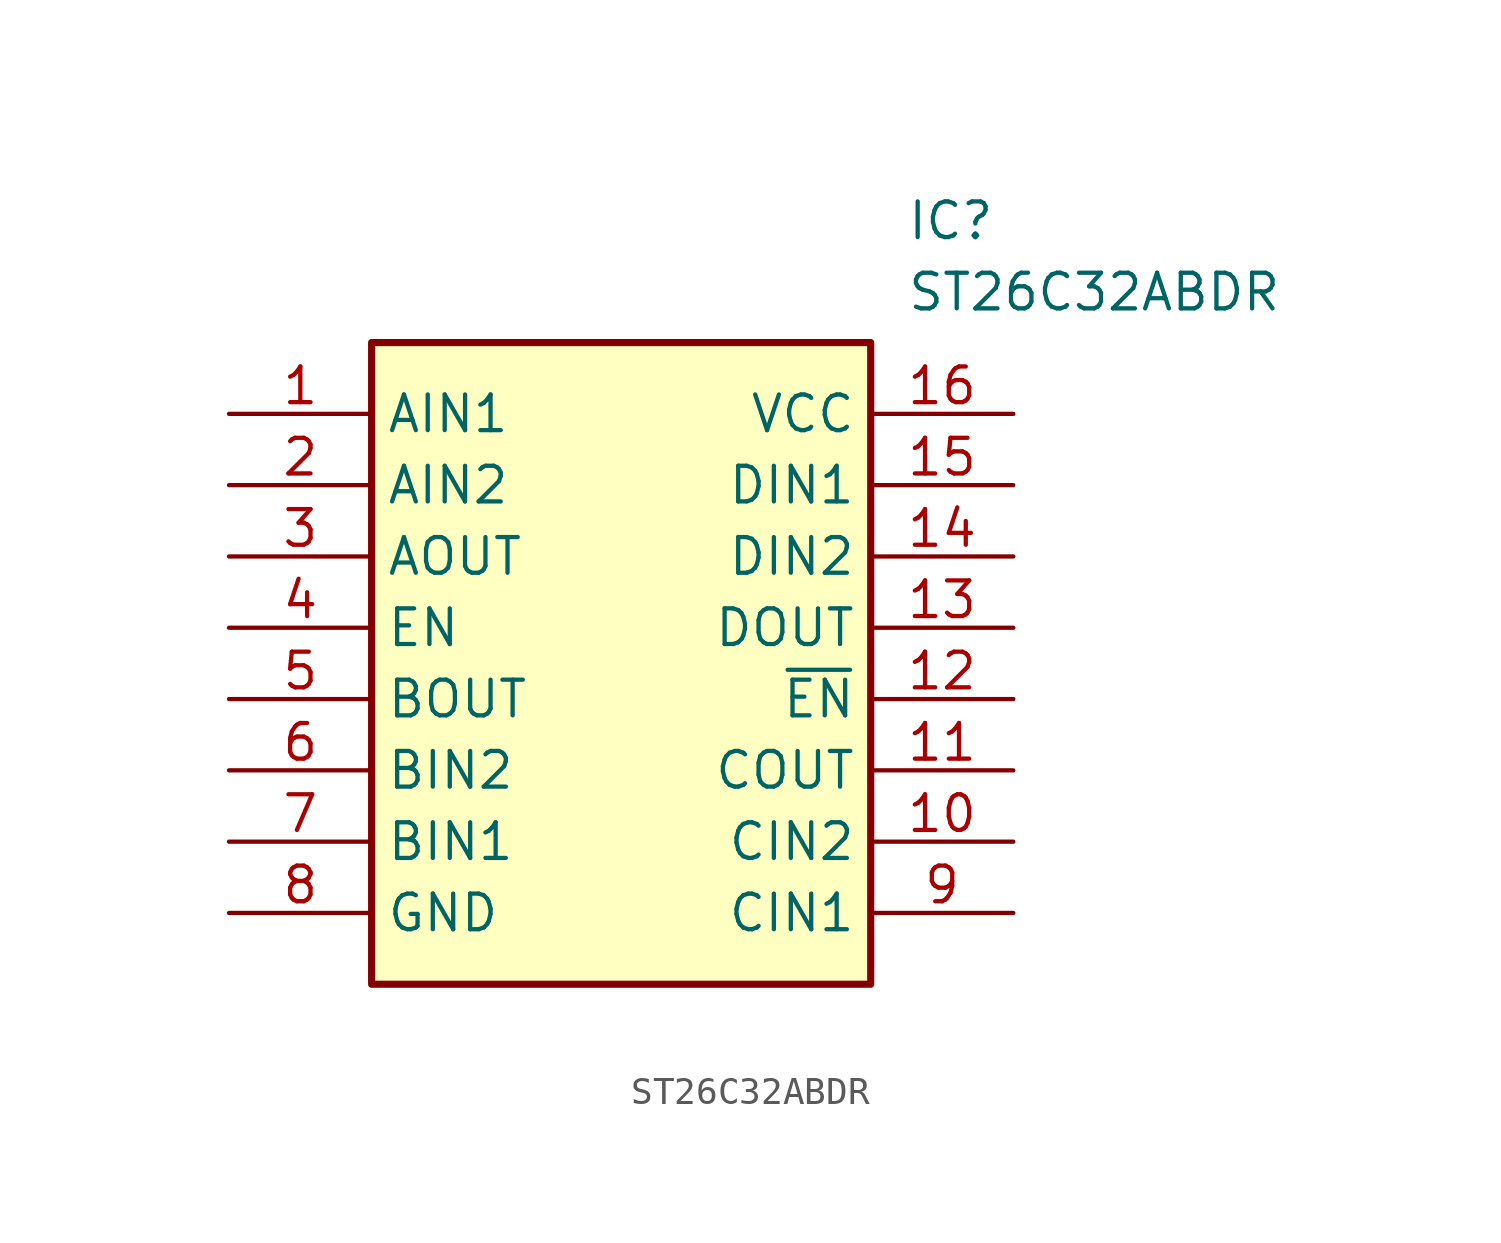
<source format=kicad_sym>
(kicad_symbol_lib
  (version 20211014)
  (generator SamacSys_ECAD_Model)
  (symbol "ST26C32ABDR"
    (property "Reference" "IC"
      (at 24.13 7.62 0)
      (effects (font (size 1.27 1.27)) (justify left top)))
    (property "Value" "ST26C32ABDR"
      (at 24.13 5.08 0)
      (effects (font (size 1.27 1.27)) (justify left top)))
    (rectangle
      (start 5.08 2.54)
      (end 22.86 -20.32)
      (stroke (width 0.254) (type default))
      (fill (type background)))
    (pin input line
      (at 0 0 0)
      (length 5.08)
      (name "AIN1" (effects (font (size 1.27 1.27))))
      (number "1" (effects (font (size 1.27 1.27)))))
    (pin input line
      (at 0 -2.54 0)
      (length 5.08)
      (name "AIN2" (effects (font (size 1.27 1.27))))
      (number "2" (effects (font (size 1.27 1.27)))))
    (pin output line
      (at 0 -5.08 0)
      (length 5.08)
      (name "AOUT" (effects (font (size 1.27 1.27))))
      (number "3" (effects (font (size 1.27 1.27)))))
    (pin passive line
      (at 0 -7.62 0)
      (length 5.08)
      (name "EN" (effects (font (size 1.27 1.27))))
      (number "4" (effects (font (size 1.27 1.27)))))
    (pin output line
      (at 0 -10.16 0)
      (length 5.08)
      (name "BOUT" (effects (font (size 1.27 1.27))))
      (number "5" (effects (font (size 1.27 1.27)))))
    (pin input line
      (at 0 -12.7 0)
      (length 5.08)
      (name "BIN2" (effects (font (size 1.27 1.27))))
      (number "6" (effects (font (size 1.27 1.27)))))
    (pin input line
      (at 0 -15.24 0)
      (length 5.08)
      (name "BIN1" (effects (font (size 1.27 1.27))))
      (number "7" (effects (font (size 1.27 1.27)))))
    (pin power_in line
      (at 0 -17.78 0)
      (length 5.08)
      (name "GND" (effects (font (size 1.27 1.27))))
      (number "8" (effects (font (size 1.27 1.27)))))
    (pin power_in line
      (at 27.94 0 180)
      (length 5.08)
      (name "VCC" (effects (font (size 1.27 1.27))))
      (number "16" (effects (font (size 1.27 1.27)))))
    (pin input line
      (at 27.94 -2.54 180)
      (length 5.08)
      (name "DIN1" (effects (font (size 1.27 1.27))))
      (number "15" (effects (font (size 1.27 1.27)))))
    (pin input line
      (at 27.94 -5.08 180)
      (length 5.08)
      (name "DIN2" (effects (font (size 1.27 1.27))))
      (number "14" (effects (font (size 1.27 1.27)))))
    (pin output line
      (at 27.94 -7.62 180)
      (length 5.08)
      (name "DOUT" (effects (font (size 1.27 1.27))))
      (number "13" (effects (font (size 1.27 1.27)))))
    (pin passive line
      (at 27.94 -10.16 180)
      (length 5.08)
      (name "~{EN}" (effects (font (size 1.27 1.27))))
      (number "12" (effects (font (size 1.27 1.27)))))
    (pin output line
      (at 27.94 -12.7 180)
      (length 5.08)
      (name "COUT" (effects (font (size 1.27 1.27))))
      (number "11" (effects (font (size 1.27 1.27)))))
    (pin input line
      (at 27.94 -15.24 180)
      (length 5.08)
      (name "CIN2" (effects (font (size 1.27 1.27))))
      (number "10" (effects (font (size 1.27 1.27)))))
    (pin input line
      (at 27.94 -17.78 180)
      (length 5.08)
      (name "CIN1" (effects (font (size 1.27 1.27))))
      (number "9" (effects (font (size 1.27 1.27)))))))
</source>
